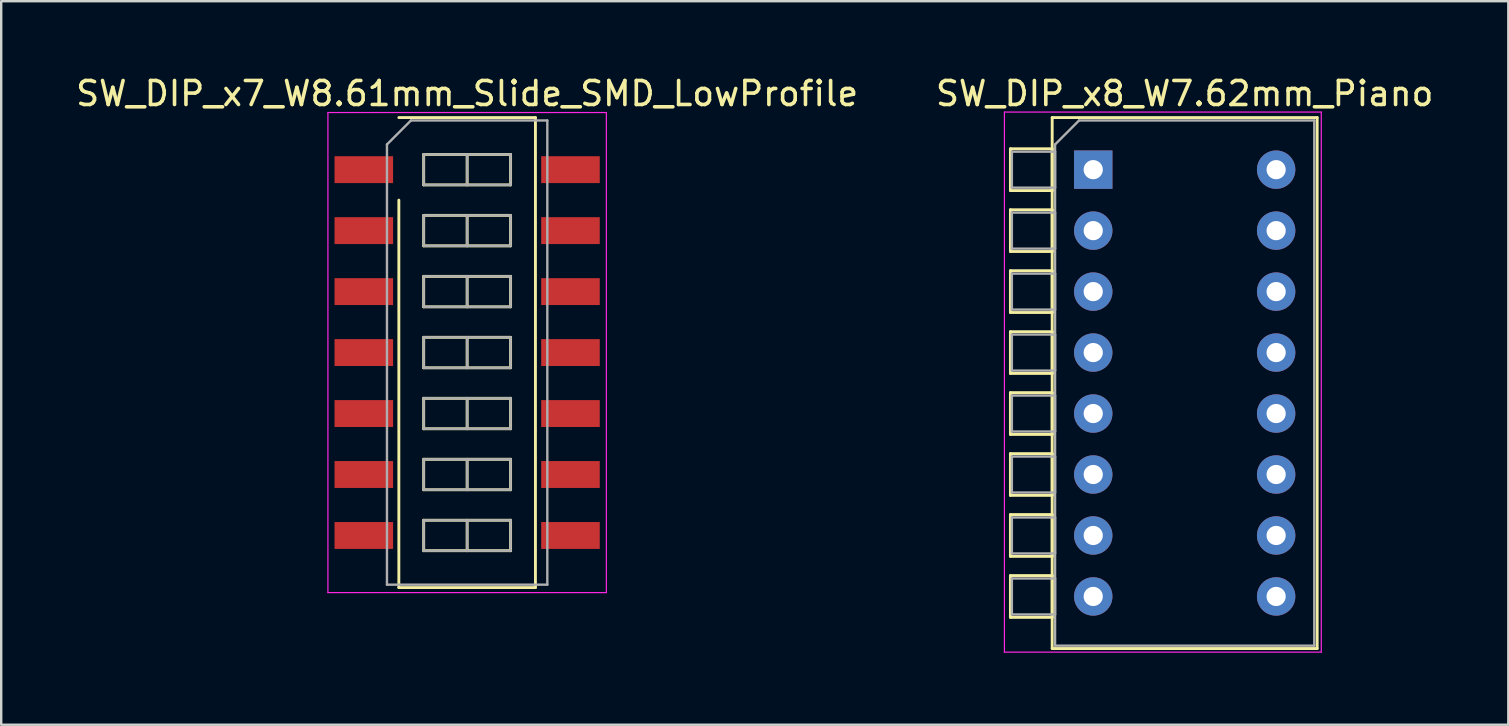
<source format=kicad_pcb>
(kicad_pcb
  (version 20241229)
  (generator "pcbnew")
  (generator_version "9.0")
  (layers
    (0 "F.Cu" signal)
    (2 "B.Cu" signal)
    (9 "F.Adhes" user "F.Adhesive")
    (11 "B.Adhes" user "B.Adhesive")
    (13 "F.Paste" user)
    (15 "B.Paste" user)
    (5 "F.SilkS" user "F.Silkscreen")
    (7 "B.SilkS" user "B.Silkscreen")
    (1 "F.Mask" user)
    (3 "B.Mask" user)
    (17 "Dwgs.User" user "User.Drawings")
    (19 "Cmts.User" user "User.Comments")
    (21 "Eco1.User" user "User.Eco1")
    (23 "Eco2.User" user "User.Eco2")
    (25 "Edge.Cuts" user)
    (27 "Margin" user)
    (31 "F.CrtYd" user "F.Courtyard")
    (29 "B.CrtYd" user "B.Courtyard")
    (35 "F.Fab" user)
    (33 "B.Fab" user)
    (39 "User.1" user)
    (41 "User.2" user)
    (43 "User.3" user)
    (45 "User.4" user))
  (footprint "SW_DIP_x8_W7.62mm_Piano"
    (layer "F.Cu")
    (at 42.494 4.018)
    (property "Reference" "SW_DIP_x8_W7.62mm_Piano" (at 3.81 -3.17 0) (layer "F.SilkS") (effects (font (size 1 1) (thickness 0.15))))
    (attr through_hole)
    (fp_line (start -3.45 -0.87) (end -3.45 0.87) (stroke (width 0.12) (type solid)) (layer "F.SilkS"))
    (fp_line (start -3.45 0.87) (end -1.71 0.87) (stroke (width 0.12) (type solid)) (layer "F.SilkS"))
    (fp_line (start -3.45 1.67) (end -3.45 3.41) (stroke (width 0.12) (type solid)) (layer "F.SilkS"))
    (fp_line (start -3.45 3.41) (end -1.71 3.41) (stroke (width 0.12) (type solid)) (layer "F.SilkS"))
    (fp_line (start -3.45 4.21) (end -3.45 5.95) (stroke (width 0.12) (type solid)) (layer "F.SilkS"))
    (fp_line (start -3.45 5.95) (end -1.71 5.95) (stroke (width 0.12) (type solid)) (layer "F.SilkS"))
    (fp_line (start -3.45 6.75) (end -3.45 8.49) (stroke (width 0.12) (type solid)) (layer "F.SilkS"))
    (fp_line (start -3.45 8.49) (end -1.71 8.49) (stroke (width 0.12) (type solid)) (layer "F.SilkS"))
    (fp_line (start -3.45 9.29) (end -3.45 11.03) (stroke (width 0.12) (type solid)) (layer "F.SilkS"))
    (fp_line (start -3.45 11.03) (end -1.71 11.03) (stroke (width 0.12) (type solid)) (layer "F.SilkS"))
    (fp_line (start -3.45 11.83) (end -3.45 13.57) (stroke (width 0.12) (type solid)) (layer "F.SilkS"))
    (fp_line (start -3.45 13.57) (end -1.71 13.57) (stroke (width 0.12) (type solid)) (layer "F.SilkS"))
    (fp_line (start -3.45 14.37) (end -3.45 16.11) (stroke (width 0.12) (type solid)) (layer "F.SilkS"))
    (fp_line (start -3.45 16.11) (end -1.71 16.11) (stroke (width 0.12) (type solid)) (layer "F.SilkS"))
    (fp_line (start -3.45 16.91) (end -3.45 18.65) (stroke (width 0.12) (type solid)) (layer "F.SilkS"))
    (fp_line (start -3.45 18.65) (end -1.71 18.65) (stroke (width 0.12) (type solid)) (layer "F.SilkS"))
    (fp_line (start -1.71 -2.17) (end 9.33 -2.17) (stroke (width 0.12) (type solid)) (layer "F.SilkS"))
    (fp_line (start -1.71 -0.87) (end -3.45 -0.87) (stroke (width 0.12) (type solid)) (layer "F.SilkS"))
    (fp_line (start -1.71 0.87) (end -1.71 -0.87) (stroke (width 0.12) (type solid)) (layer "F.SilkS"))
    (fp_line (start -1.71 1.67) (end -3.45 1.67) (stroke (width 0.12) (type solid)) (layer "F.SilkS"))
    (fp_line (start -1.71 3.41) (end -1.71 1.67) (stroke (width 0.12) (type solid)) (layer "F.SilkS"))
    (fp_line (start -1.71 4.21) (end -3.45 4.21) (stroke (width 0.12) (type solid)) (layer "F.SilkS"))
    (fp_line (start -1.71 5.95) (end -1.71 4.21) (stroke (width 0.12) (type solid)) (layer "F.SilkS"))
    (fp_line (start -1.71 6.75) (end -3.45 6.75) (stroke (width 0.12) (type solid)) (layer "F.SilkS"))
    (fp_line (start -1.71 8.49) (end -1.71 6.75) (stroke (width 0.12) (type solid)) (layer "F.SilkS"))
    (fp_line (start -1.71 9.29) (end -3.45 9.29) (stroke (width 0.12) (type solid)) (layer "F.SilkS"))
    (fp_line (start -1.71 11.03) (end -1.71 9.29) (stroke (width 0.12) (type solid)) (layer "F.SilkS"))
    (fp_line (start -1.71 11.83) (end -3.45 11.83) (stroke (width 0.12) (type solid)) (layer "F.SilkS"))
    (fp_line (start -1.71 13.57) (end -1.71 11.83) (stroke (width 0.12) (type solid)) (layer "F.SilkS"))
    (fp_line (start -1.71 14.37) (end -3.45 14.37) (stroke (width 0.12) (type solid)) (layer "F.SilkS"))
    (fp_line (start -1.71 16.11) (end -1.71 14.37) (stroke (width 0.12) (type solid)) (layer "F.SilkS"))
    (fp_line (start -1.71 16.91) (end -3.45 16.91) (stroke (width 0.12) (type solid)) (layer "F.SilkS"))
    (fp_line (start -1.71 18.65) (end -1.71 16.91) (stroke (width 0.12) (type solid)) (layer "F.SilkS"))
    (fp_line (start -1.71 19.95) (end -1.71 -2.17) (stroke (width 0.12) (type solid)) (layer "F.SilkS"))
    (fp_line (start 9.33 -2.17) (end 9.33 19.95) (stroke (width 0.12) (type solid)) (layer "F.SilkS"))
    (fp_line (start 9.33 19.95) (end -1.71 19.95) (stroke (width 0.12) (type solid)) (layer "F.SilkS"))
    (fp_line (start -3.7 -2.4) (end -3.7 20.1) (stroke (width 0.05) (type solid)) (layer "F.CrtYd"))
    (fp_line (start -3.7 20.1) (end 9.5 20.1) (stroke (width 0.05) (type solid)) (layer "F.CrtYd"))
    (fp_line (start 9.5 -2.4) (end -3.7 -2.4) (stroke (width 0.05) (type solid)) (layer "F.CrtYd"))
    (fp_line (start 9.5 20.1) (end 9.5 -2.4) (stroke (width 0.05) (type solid)) (layer "F.CrtYd"))
    (fp_line (start -3.39 -0.75) (end -1.59 -0.75) (stroke (width 0.1) (type solid)) (layer "F.Fab"))
    (fp_line (start -3.39 0.75) (end -3.39 -0.75) (stroke (width 0.1) (type solid)) (layer "F.Fab"))
    (fp_line (start -3.39 1.79) (end -1.59 1.79) (stroke (width 0.1) (type solid)) (layer "F.Fab"))
    (fp_line (start -3.39 3.29) (end -3.39 1.79) (stroke (width 0.1) (type solid)) (layer "F.Fab"))
    (fp_line (start -3.39 4.33) (end -1.59 4.33) (stroke (width 0.1) (type solid)) (layer "F.Fab"))
    (fp_line (start -3.39 5.83) (end -3.39 4.33) (stroke (width 0.1) (type solid)) (layer "F.Fab"))
    (fp_line (start -3.39 6.87) (end -1.59 6.87) (stroke (width 0.1) (type solid)) (layer "F.Fab"))
    (fp_line (start -3.39 8.37) (end -3.39 6.87) (stroke (width 0.1) (type solid)) (layer "F.Fab"))
    (fp_line (start -3.39 9.41) (end -1.59 9.41) (stroke (width 0.1) (type solid)) (layer "F.Fab"))
    (fp_line (start -3.39 10.91) (end -3.39 9.41) (stroke (width 0.1) (type solid)) (layer "F.Fab"))
    (fp_line (start -3.39 11.95) (end -1.59 11.95) (stroke (width 0.1) (type solid)) (layer "F.Fab"))
    (fp_line (start -3.39 13.45) (end -3.39 11.95) (stroke (width 0.1) (type solid)) (layer "F.Fab"))
    (fp_line (start -3.39 14.49) (end -1.59 14.49) (stroke (width 0.1) (type solid)) (layer "F.Fab"))
    (fp_line (start -3.39 15.99) (end -3.39 14.49) (stroke (width 0.1) (type solid)) (layer "F.Fab"))
    (fp_line (start -3.39 17.03) (end -1.59 17.03) (stroke (width 0.1) (type solid)) (layer "F.Fab"))
    (fp_line (start -3.39 18.53) (end -3.39 17.03) (stroke (width 0.1) (type solid)) (layer "F.Fab"))
    (fp_line (start -1.59 -1.05) (end -0.59 -2.05) (stroke (width 0.1) (type solid)) (layer "F.Fab"))
    (fp_line (start -1.59 -0.75) (end -1.59 0.75) (stroke (width 0.1) (type solid)) (layer "F.Fab"))
    (fp_line (start -1.59 0.75) (end -3.39 0.75) (stroke (width 0.1) (type solid)) (layer "F.Fab"))
    (fp_line (start -1.59 1.79) (end -1.59 3.29) (stroke (width 0.1) (type solid)) (layer "F.Fab"))
    (fp_line (start -1.59 3.29) (end -3.39 3.29) (stroke (width 0.1) (type solid)) (layer "F.Fab"))
    (fp_line (start -1.59 4.33) (end -1.59 5.83) (stroke (width 0.1) (type solid)) (layer "F.Fab"))
    (fp_line (start -1.59 5.83) (end -3.39 5.83) (stroke (width 0.1) (type solid)) (layer "F.Fab"))
    (fp_line (start -1.59 6.87) (end -1.59 8.37) (stroke (width 0.1) (type solid)) (layer "F.Fab"))
    (fp_line (start -1.59 8.37) (end -3.39 8.37) (stroke (width 0.1) (type solid)) (layer "F.Fab"))
    (fp_line (start -1.59 9.41) (end -1.59 10.91) (stroke (width 0.1) (type solid)) (layer "F.Fab"))
    (fp_line (start -1.59 10.91) (end -3.39 10.91) (stroke (width 0.1) (type solid)) (layer "F.Fab"))
    (fp_line (start -1.59 11.95) (end -1.59 13.45) (stroke (width 0.1) (type solid)) (layer "F.Fab"))
    (fp_line (start -1.59 13.45) (end -3.39 13.45) (stroke (width 0.1) (type solid)) (layer "F.Fab"))
    (fp_line (start -1.59 14.49) (end -1.59 15.99) (stroke (width 0.1) (type solid)) (layer "F.Fab"))
    (fp_line (start -1.59 15.99) (end -3.39 15.99) (stroke (width 0.1) (type solid)) (layer "F.Fab"))
    (fp_line (start -1.59 17.03) (end -1.59 18.53) (stroke (width 0.1) (type solid)) (layer "F.Fab"))
    (fp_line (start -1.59 18.53) (end -3.39 18.53) (stroke (width 0.1) (type solid)) (layer "F.Fab"))
    (fp_line (start -1.59 19.83) (end -1.59 -1.05) (stroke (width 0.1) (type solid)) (layer "F.Fab"))
    (fp_line (start -0.59 -2.05) (end 9.21 -2.05) (stroke (width 0.1) (type solid)) (layer "F.Fab"))
    (fp_line (start 9.21 -2.05) (end 9.21 19.83) (stroke (width 0.1) (type solid)) (layer "F.Fab"))
    (fp_line (start 9.21 19.83) (end -1.59 19.83) (stroke (width 0.1) (type solid)) (layer "F.Fab"))
    (pad "1" thru_hole rect (at 0 0) (size 1.6 1.6) (drill 0.8) (layers "*.Cu" "*.Mask"))
    (pad "2" thru_hole oval (at 0 2.54) (size 1.6 1.6) (drill 0.8) (layers "*.Cu" "*.Mask"))
    (pad "3" thru_hole oval (at 0 5.08) (size 1.6 1.6) (drill 0.8) (layers "*.Cu" "*.Mask"))
    (pad "4" thru_hole oval (at 0 7.62) (size 1.6 1.6) (drill 0.8) (layers "*.Cu" "*.Mask"))
    (pad "5" thru_hole oval (at 0 10.16) (size 1.6 1.6) (drill 0.8) (layers "*.Cu" "*.Mask"))
    (pad "6" thru_hole oval (at 0 12.7) (size 1.6 1.6) (drill 0.8) (layers "*.Cu" "*.Mask"))
    (pad "7" thru_hole oval (at 0 15.24) (size 1.6 1.6) (drill 0.8) (layers "*.Cu" "*.Mask"))
    (pad "8" thru_hole oval (at 0 17.78) (size 1.6 1.6) (drill 0.8) (layers "*.Cu" "*.Mask"))
    (pad "9" thru_hole oval (at 7.62 17.78) (size 1.6 1.6) (drill 0.8) (layers "*.Cu" "*.Mask"))
    (pad "10" thru_hole oval (at 7.62 15.24) (size 1.6 1.6) (drill 0.8) (layers "*.Cu" "*.Mask"))
    (pad "11" thru_hole oval (at 7.62 12.7) (size 1.6 1.6) (drill 0.8) (layers "*.Cu" "*.Mask"))
    (pad "12" thru_hole oval (at 7.62 10.16) (size 1.6 1.6) (drill 0.8) (layers "*.Cu" "*.Mask"))
    (pad "13" thru_hole oval (at 7.62 7.62) (size 1.6 1.6) (drill 0.8) (layers "*.Cu" "*.Mask"))
    (pad "14" thru_hole oval (at 7.62 5.08) (size 1.6 1.6) (drill 0.8) (layers "*.Cu" "*.Mask"))
    (pad "15" thru_hole oval (at 7.62 2.54) (size 1.6 1.6) (drill 0.8) (layers "*.Cu" "*.Mask"))
    (pad "16" thru_hole oval (at 7.62 0) (size 1.6 1.6) (drill 0.8) (layers "*.Cu" "*.Mask")))
  (footprint "SW_DIP_x7_W8.61mm_Slide_SMD_LowProfile"
    (layer "F.Cu")
    (at 16.411 11.638)
    (property "Reference" "SW_DIP_x7_W8.61mm_Slide_SMD_LowProfile" (at 0 -10.79 0) (layer "F.SilkS") (effects (font (size 1 1) (thickness 0.15))))
    (attr smd)
    (fp_line (start -2.845 -9.79) (end 2.845 -9.79) (stroke (width 0.12) (type solid)) (layer "F.SilkS"))
    (fp_line (start -2.845 9.79) (end -2.845 -6.35) (stroke (width 0.12) (type solid)) (layer "F.SilkS"))
    (fp_line (start -1.81 -8.255) (end -1.81 -6.985) (stroke (width 0.12) (type solid)) (layer "F.SilkS"))
    (fp_line (start -1.81 -6.985) (end 1.81 -6.985) (stroke (width 0.12) (type solid)) (layer "F.SilkS"))
    (fp_line (start -1.81 -5.715) (end -1.81 -4.445) (stroke (width 0.12) (type solid)) (layer "F.SilkS"))
    (fp_line (start -1.81 -4.445) (end 1.81 -4.445) (stroke (width 0.12) (type solid)) (layer "F.SilkS"))
    (fp_line (start -1.81 -3.175) (end -1.81 -1.905) (stroke (width 0.12) (type solid)) (layer "F.SilkS"))
    (fp_line (start -1.81 -1.905) (end 1.81 -1.905) (stroke (width 0.12) (type solid)) (layer "F.SilkS"))
    (fp_line (start -1.81 -0.635) (end -1.81 0.635) (stroke (width 0.12) (type solid)) (layer "F.SilkS"))
    (fp_line (start -1.81 0.635) (end 1.81 0.635) (stroke (width 0.12) (type solid)) (layer "F.SilkS"))
    (fp_line (start -1.81 1.905) (end -1.81 3.175) (stroke (width 0.12) (type solid)) (layer "F.SilkS"))
    (fp_line (start -1.81 3.175) (end 1.81 3.175) (stroke (width 0.12) (type solid)) (layer "F.SilkS"))
    (fp_line (start -1.81 4.445) (end -1.81 5.715) (stroke (width 0.12) (type solid)) (layer "F.SilkS"))
    (fp_line (start -1.81 5.715) (end 1.81 5.715) (stroke (width 0.12) (type solid)) (layer "F.SilkS"))
    (fp_line (start -1.81 6.985) (end -1.81 8.255) (stroke (width 0.12) (type solid)) (layer "F.SilkS"))
    (fp_line (start -1.81 8.255) (end 1.81 8.255) (stroke (width 0.12) (type solid)) (layer "F.SilkS"))
    (fp_line (start 0 -8.255) (end 0 -6.985) (stroke (width 0.12) (type solid)) (layer "F.SilkS"))
    (fp_line (start 0 -5.715) (end 0 -4.445) (stroke (width 0.12) (type solid)) (layer "F.SilkS"))
    (fp_line (start 0 -3.175) (end 0 -1.905) (stroke (width 0.12) (type solid)) (layer "F.SilkS"))
    (fp_line (start 0 -0.635) (end 0 0.635) (stroke (width 0.12) (type solid)) (layer "F.SilkS"))
    (fp_line (start 0 1.905) (end 0 3.175) (stroke (width 0.12) (type solid)) (layer "F.SilkS"))
    (fp_line (start 0 4.445) (end 0 5.715) (stroke (width 0.12) (type solid)) (layer "F.SilkS"))
    (fp_line (start 0 6.985) (end 0 8.255) (stroke (width 0.12) (type solid)) (layer "F.SilkS"))
    (fp_line (start 1.81 -8.255) (end -1.81 -8.255) (stroke (width 0.12) (type solid)) (layer "F.SilkS"))
    (fp_line (start 1.81 -6.985) (end 1.81 -8.255) (stroke (width 0.12) (type solid)) (layer "F.SilkS"))
    (fp_line (start 1.81 -5.715) (end -1.81 -5.715) (stroke (width 0.12) (type solid)) (layer "F.SilkS"))
    (fp_line (start 1.81 -4.445) (end 1.81 -5.715) (stroke (width 0.12) (type solid)) (layer "F.SilkS"))
    (fp_line (start 1.81 -3.175) (end -1.81 -3.175) (stroke (width 0.12) (type solid)) (layer "F.SilkS"))
    (fp_line (start 1.81 -1.905) (end 1.81 -3.175) (stroke (width 0.12) (type solid)) (layer "F.SilkS"))
    (fp_line (start 1.81 -0.635) (end -1.81 -0.635) (stroke (width 0.12) (type solid)) (layer "F.SilkS"))
    (fp_line (start 1.81 0.635) (end 1.81 -0.635) (stroke (width 0.12) (type solid)) (layer "F.SilkS"))
    (fp_line (start 1.81 1.905) (end -1.81 1.905) (stroke (width 0.12) (type solid)) (layer "F.SilkS"))
    (fp_line (start 1.81 3.175) (end 1.81 1.905) (stroke (width 0.12) (type solid)) (layer "F.SilkS"))
    (fp_line (start 1.81 4.445) (end -1.81 4.445) (stroke (width 0.12) (type solid)) (layer "F.SilkS"))
    (fp_line (start 1.81 5.715) (end 1.81 4.445) (stroke (width 0.12) (type solid)) (layer "F.SilkS"))
    (fp_line (start 1.81 6.985) (end -1.81 6.985) (stroke (width 0.12) (type solid)) (layer "F.SilkS"))
    (fp_line (start 1.81 8.255) (end 1.81 6.985) (stroke (width 0.12) (type solid)) (layer "F.SilkS"))
    (fp_line (start 2.845 -9.79) (end 2.845 9.79) (stroke (width 0.12) (type solid)) (layer "F.SilkS"))
    (fp_line (start 2.845 9.79) (end -2.845 9.79) (stroke (width 0.12) (type solid)) (layer "F.SilkS"))
    (fp_line (start -5.8 -10) (end -5.8 10) (stroke (width 0.05) (type solid)) (layer "F.CrtYd"))
    (fp_line (start -5.8 10) (end 5.8 10) (stroke (width 0.05) (type solid)) (layer "F.CrtYd"))
    (fp_line (start 5.8 -10) (end -5.8 -10) (stroke (width 0.05) (type solid)) (layer "F.CrtYd"))
    (fp_line (start 5.8 10) (end 5.8 -10) (stroke (width 0.05) (type solid)) (layer "F.CrtYd"))
    (fp_line (start -3.34 -8.67) (end -2.34 -9.67) (stroke (width 0.1) (type solid)) (layer "F.Fab"))
    (fp_line (start -3.34 9.67) (end -3.34 -8.67) (stroke (width 0.1) (type solid)) (layer "F.Fab"))
    (fp_line (start -2.34 -9.67) (end 3.34 -9.67) (stroke (width 0.1) (type solid)) (layer "F.Fab"))
    (fp_line (start -1.81 -8.255) (end -1.81 -6.985) (stroke (width 0.1) (type solid)) (layer "F.Fab"))
    (fp_line (start -1.81 -6.985) (end 1.81 -6.985) (stroke (width 0.1) (type solid)) (layer "F.Fab"))
    (fp_line (start -1.81 -5.715) (end -1.81 -4.445) (stroke (width 0.1) (type solid)) (layer "F.Fab"))
    (fp_line (start -1.81 -4.445) (end 1.81 -4.445) (stroke (width 0.1) (type solid)) (layer "F.Fab"))
    (fp_line (start -1.81 -3.175) (end -1.81 -1.905) (stroke (width 0.1) (type solid)) (layer "F.Fab"))
    (fp_line (start -1.81 -1.905) (end 1.81 -1.905) (stroke (width 0.1) (type solid)) (layer "F.Fab"))
    (fp_line (start -1.81 -0.635) (end -1.81 0.635) (stroke (width 0.1) (type solid)) (layer "F.Fab"))
    (fp_line (start -1.81 0.635) (end 1.81 0.635) (stroke (width 0.1) (type solid)) (layer "F.Fab"))
    (fp_line (start -1.81 1.905) (end -1.81 3.175) (stroke (width 0.1) (type solid)) (layer "F.Fab"))
    (fp_line (start -1.81 3.175) (end 1.81 3.175) (stroke (width 0.1) (type solid)) (layer "F.Fab"))
    (fp_line (start -1.81 4.445) (end -1.81 5.715) (stroke (width 0.1) (type solid)) (layer "F.Fab"))
    (fp_line (start -1.81 5.715) (end 1.81 5.715) (stroke (width 0.1) (type solid)) (layer "F.Fab"))
    (fp_line (start -1.81 6.985) (end -1.81 8.255) (stroke (width 0.1) (type solid)) (layer "F.Fab"))
    (fp_line (start -1.81 8.255) (end 1.81 8.255) (stroke (width 0.1) (type solid)) (layer "F.Fab"))
    (fp_line (start 0 -8.255) (end 0 -6.985) (stroke (width 0.1) (type solid)) (layer "F.Fab"))
    (fp_line (start 0 -5.715) (end 0 -4.445) (stroke (width 0.1) (type solid)) (layer "F.Fab"))
    (fp_line (start 0 -3.175) (end 0 -1.905) (stroke (width 0.1) (type solid)) (layer "F.Fab"))
    (fp_line (start 0 -0.635) (end 0 0.635) (stroke (width 0.1) (type solid)) (layer "F.Fab"))
    (fp_line (start 0 1.905) (end 0 3.175) (stroke (width 0.1) (type solid)) (layer "F.Fab"))
    (fp_line (start 0 4.445) (end 0 5.715) (stroke (width 0.1) (type solid)) (layer "F.Fab"))
    (fp_line (start 0 6.985) (end 0 8.255) (stroke (width 0.1) (type solid)) (layer "F.Fab"))
    (fp_line (start 1.81 -8.255) (end -1.81 -8.255) (stroke (width 0.1) (type solid)) (layer "F.Fab"))
    (fp_line (start 1.81 -6.985) (end 1.81 -8.255) (stroke (width 0.1) (type solid)) (layer "F.Fab"))
    (fp_line (start 1.81 -5.715) (end -1.81 -5.715) (stroke (width 0.1) (type solid)) (layer "F.Fab"))
    (fp_line (start 1.81 -4.445) (end 1.81 -5.715) (stroke (width 0.1) (type solid)) (layer "F.Fab"))
    (fp_line (start 1.81 -3.175) (end -1.81 -3.175) (stroke (width 0.1) (type solid)) (layer "F.Fab"))
    (fp_line (start 1.81 -1.905) (end 1.81 -3.175) (stroke (width 0.1) (type solid)) (layer "F.Fab"))
    (fp_line (start 1.81 -0.635) (end -1.81 -0.635) (stroke (width 0.1) (type solid)) (layer "F.Fab"))
    (fp_line (start 1.81 0.635) (end 1.81 -0.635) (stroke (width 0.1) (type solid)) (layer "F.Fab"))
    (fp_line (start 1.81 1.905) (end -1.81 1.905) (stroke (width 0.1) (type solid)) (layer "F.Fab"))
    (fp_line (start 1.81 3.175) (end 1.81 1.905) (stroke (width 0.1) (type solid)) (layer "F.Fab"))
    (fp_line (start 1.81 4.445) (end -1.81 4.445) (stroke (width 0.1) (type solid)) (layer "F.Fab"))
    (fp_line (start 1.81 5.715) (end 1.81 4.445) (stroke (width 0.1) (type solid)) (layer "F.Fab"))
    (fp_line (start 1.81 6.985) (end -1.81 6.985) (stroke (width 0.1) (type solid)) (layer "F.Fab"))
    (fp_line (start 1.81 8.255) (end 1.81 6.985) (stroke (width 0.1) (type solid)) (layer "F.Fab"))
    (fp_line (start 3.34 -9.67) (end 3.34 9.67) (stroke (width 0.1) (type solid)) (layer "F.Fab"))
    (fp_line (start 3.34 9.67) (end -3.34 9.67) (stroke (width 0.1) (type solid)) (layer "F.Fab"))
    (pad "1" smd rect (at -4.305 -7.62) (size 2.44 1.12) (layers "F.Cu" "F.Mask"))
    (pad "2" smd rect (at -4.305 -5.08) (size 2.44 1.12) (layers "F.Cu" "F.Mask"))
    (pad "3" smd rect (at -4.305 -2.54) (size 2.44 1.12) (layers "F.Cu" "F.Mask"))
    (pad "4" smd rect (at -4.305 0) (size 2.44 1.12) (layers "F.Cu" "F.Mask"))
    (pad "5" smd rect (at -4.305 2.54) (size 2.44 1.12) (layers "F.Cu" "F.Mask"))
    (pad "6" smd rect (at -4.305 5.08) (size 2.44 1.12) (layers "F.Cu" "F.Mask"))
    (pad "7" smd rect (at -4.305 7.62) (size 2.44 1.12) (layers "F.Cu" "F.Mask"))
    (pad "8" smd rect (at 4.305 7.62) (size 2.44 1.12) (layers "F.Cu" "F.Mask"))
    (pad "9" smd rect (at 4.305 5.08) (size 2.44 1.12) (layers "F.Cu" "F.Mask"))
    (pad "10" smd rect (at 4.305 2.54) (size 2.44 1.12) (layers "F.Cu" "F.Mask"))
    (pad "11" smd rect (at 4.305 0) (size 2.44 1.12) (layers "F.Cu" "F.Mask"))
    (pad "12" smd rect (at 4.305 -2.54) (size 2.44 1.12) (layers "F.Cu" "F.Mask"))
    (pad "13" smd rect (at 4.305 -5.08) (size 2.44 1.12) (layers "F.Cu" "F.Mask"))
    (pad "14" smd rect (at 4.305 -7.62) (size 2.44 1.12) (layers "F.Cu" "F.Mask")))
  (gr_rect
    (start -3 -3)
    (end 59.786 27.143)
    (stroke (width 0.1) (type default))
    (fill no)
    (layer "Edge.Cuts")))
</source>
